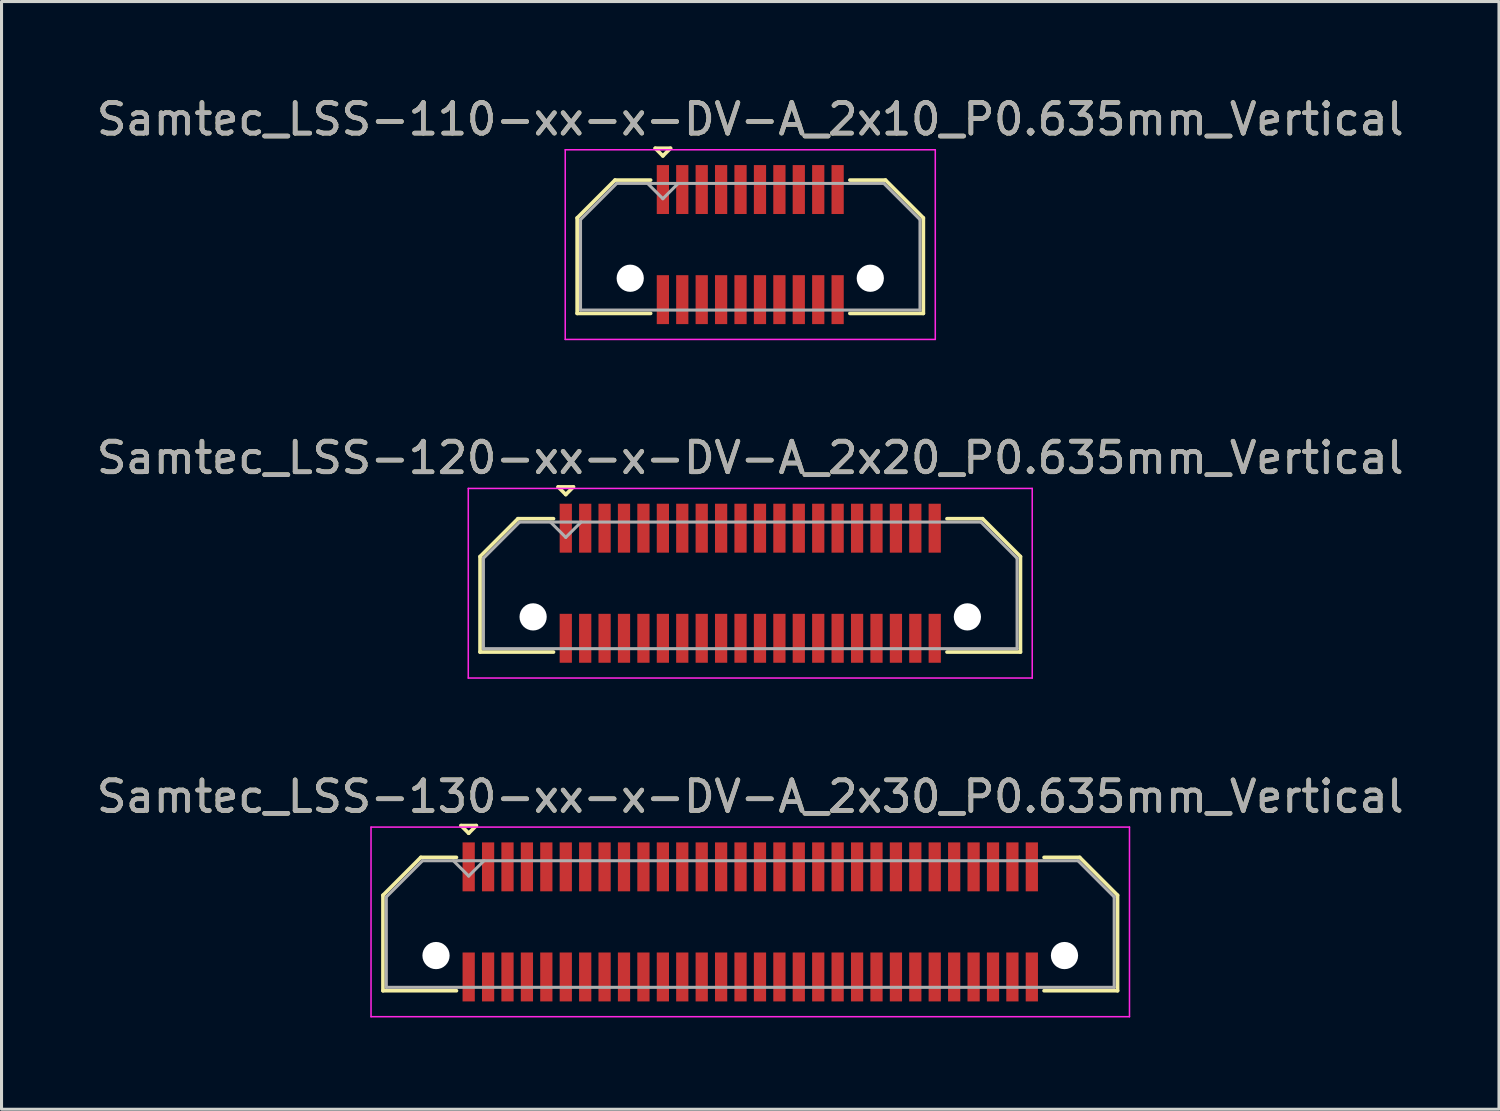
<source format=kicad_pcb>
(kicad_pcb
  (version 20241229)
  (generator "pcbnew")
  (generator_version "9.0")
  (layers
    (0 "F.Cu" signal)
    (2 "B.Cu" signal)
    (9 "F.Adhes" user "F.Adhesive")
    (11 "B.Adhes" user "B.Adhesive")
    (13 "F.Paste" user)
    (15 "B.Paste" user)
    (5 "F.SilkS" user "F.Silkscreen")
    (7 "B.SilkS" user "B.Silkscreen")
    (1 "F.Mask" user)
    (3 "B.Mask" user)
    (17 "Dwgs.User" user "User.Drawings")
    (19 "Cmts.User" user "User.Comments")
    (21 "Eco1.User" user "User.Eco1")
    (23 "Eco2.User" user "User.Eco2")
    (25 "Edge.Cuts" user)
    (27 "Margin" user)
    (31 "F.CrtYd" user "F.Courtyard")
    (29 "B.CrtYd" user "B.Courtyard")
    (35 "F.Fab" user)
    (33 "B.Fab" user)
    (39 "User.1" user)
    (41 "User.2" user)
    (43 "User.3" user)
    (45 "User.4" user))
  (footprint "Samtec_LSS-130-xx-x-DV-A_2x30_P0.635mm_Vertical"
    (layer "F.Cu")
    (at 21.482 27.095)
    (property "Reference" "Samtec_LSS-130-xx-x-DV-A_2x30_P0.635mm_Vertical" (at 0 -4.1 0) (layer "F.SilkS") (effects (font (size 1 1) (thickness 0.15))))
    (attr smd)
    (fp_line (start -12.01 -0.872) (end -12.01 2.25) (stroke (width 0.12) (type solid)) (layer "F.SilkS"))
    (fp_line (start -12.01 2.25) (end -9.607 2.25) (stroke (width 0.12) (type solid)) (layer "F.SilkS"))
    (fp_line (start -10.772 -2.11) (end -12.01 -0.872) (stroke (width 0.12) (type solid)) (layer "F.SilkS"))
    (fp_line (start -9.607 -2.11) (end -10.772 -2.11) (stroke (width 0.12) (type solid)) (layer "F.SilkS"))
    (fp_line (start -9.457 -3.15) (end -8.957 -3.15) (stroke (width 0.12) (type solid)) (layer "F.SilkS"))
    (fp_line (start -9.207 -2.9) (end -9.457 -3.15) (stroke (width 0.12) (type solid)) (layer "F.SilkS"))
    (fp_line (start -8.957 -3.15) (end -9.207 -2.9) (stroke (width 0.12) (type solid)) (layer "F.SilkS"))
    (fp_line (start 9.607 -2.11) (end 10.772 -2.11) (stroke (width 0.12) (type solid)) (layer "F.SilkS"))
    (fp_line (start 10.772 -2.11) (end 12.01 -0.872) (stroke (width 0.12) (type solid)) (layer "F.SilkS"))
    (fp_line (start 12.01 -0.872) (end 12.01 2.25) (stroke (width 0.12) (type solid)) (layer "F.SilkS"))
    (fp_line (start 12.01 2.25) (end 9.607 2.25) (stroke (width 0.12) (type solid)) (layer "F.SilkS"))
    (fp_line (start -12.4 -3.1) (end -12.4 3.1) (stroke (width 0.05) (type solid)) (layer "F.CrtYd"))
    (fp_line (start -12.4 3.1) (end 12.4 3.1) (stroke (width 0.05) (type solid)) (layer "F.CrtYd"))
    (fp_line (start 12.4 -3.1) (end -12.4 -3.1) (stroke (width 0.05) (type solid)) (layer "F.CrtYd"))
    (fp_line (start 12.4 3.1) (end 12.4 -3.1) (stroke (width 0.05) (type solid)) (layer "F.CrtYd"))
    (fp_line (start -11.9 -0.817) (end -11.9 2.14) (stroke (width 0.1) (type solid)) (layer "F.Fab"))
    (fp_line (start -11.9 2.14) (end 11.9 2.14) (stroke (width 0.1) (type solid)) (layer "F.Fab"))
    (fp_line (start -10.717 -2) (end -11.9 -0.817) (stroke (width 0.1) (type solid)) (layer "F.Fab"))
    (fp_line (start -9.207 -1.5) (end -9.707 -2) (stroke (width 0.1) (type solid)) (layer "F.Fab"))
    (fp_line (start -8.707 -2) (end -9.207 -1.5) (stroke (width 0.1) (type solid)) (layer "F.Fab"))
    (fp_line (start 10.717 -2) (end -10.717 -2) (stroke (width 0.1) (type solid)) (layer "F.Fab"))
    (fp_line (start 11.9 -0.817) (end 10.717 -2) (stroke (width 0.1) (type solid)) (layer "F.Fab"))
    (fp_line (start 11.9 2.14) (end 11.9 -0.817) (stroke (width 0.1) (type solid)) (layer "F.Fab"))
    (fp_text user "${REFERENCE}" (at 0 -4.1 0) (layer "F.Fab") (effects (font (size 1 1) (thickness 0.15))))
    (pad "" np_thru_hole circle (at -10.275 1.1) (size 0.89 0.89) (drill 0.89) (layers "*.Cu" "*.Mask"))
    (pad "" np_thru_hole circle (at 10.275 1.1) (size 0.89 0.89) (drill 0.89) (layers "*.Cu" "*.Mask"))
    (pad "1" smd rect (at -9.207 -1.8) (size 0.4 1.6) (layers "F.Cu" "F.Mask" "F.Paste"))
    (pad "2" smd rect (at -9.207 1.8) (size 0.4 1.6) (layers "F.Cu" "F.Mask" "F.Paste"))
    (pad "3" smd rect (at -8.572 -1.8) (size 0.4 1.6) (layers "F.Cu" "F.Mask" "F.Paste"))
    (pad "4" smd rect (at -8.572 1.8) (size 0.4 1.6) (layers "F.Cu" "F.Mask" "F.Paste"))
    (pad "5" smd rect (at -7.938 -1.8) (size 0.4 1.6) (layers "F.Cu" "F.Mask" "F.Paste"))
    (pad "6" smd rect (at -7.938 1.8) (size 0.4 1.6) (layers "F.Cu" "F.Mask" "F.Paste"))
    (pad "7" smd rect (at -7.303 -1.8) (size 0.4 1.6) (layers "F.Cu" "F.Mask" "F.Paste"))
    (pad "8" smd rect (at -7.303 1.8) (size 0.4 1.6) (layers "F.Cu" "F.Mask" "F.Paste"))
    (pad "9" smd rect (at -6.668 -1.8) (size 0.4 1.6) (layers "F.Cu" "F.Mask" "F.Paste"))
    (pad "10" smd rect (at -6.668 1.8) (size 0.4 1.6) (layers "F.Cu" "F.Mask" "F.Paste"))
    (pad "11" smd rect (at -6.032 -1.8) (size 0.4 1.6) (layers "F.Cu" "F.Mask" "F.Paste"))
    (pad "12" smd rect (at -6.032 1.8) (size 0.4 1.6) (layers "F.Cu" "F.Mask" "F.Paste"))
    (pad "13" smd rect (at -5.397 -1.8) (size 0.4 1.6) (layers "F.Cu" "F.Mask" "F.Paste"))
    (pad "14" smd rect (at -5.397 1.8) (size 0.4 1.6) (layers "F.Cu" "F.Mask" "F.Paste"))
    (pad "15" smd rect (at -4.763 -1.8) (size 0.4 1.6) (layers "F.Cu" "F.Mask" "F.Paste"))
    (pad "16" smd rect (at -4.763 1.8) (size 0.4 1.6) (layers "F.Cu" "F.Mask" "F.Paste"))
    (pad "17" smd rect (at -4.128 -1.8) (size 0.4 1.6) (layers "F.Cu" "F.Mask" "F.Paste"))
    (pad "18" smd rect (at -4.128 1.8) (size 0.4 1.6) (layers "F.Cu" "F.Mask" "F.Paste"))
    (pad "19" smd rect (at -3.493 -1.8) (size 0.4 1.6) (layers "F.Cu" "F.Mask" "F.Paste"))
    (pad "20" smd rect (at -3.493 1.8) (size 0.4 1.6) (layers "F.Cu" "F.Mask" "F.Paste"))
    (pad "21" smd rect (at -2.857 -1.8) (size 0.4 1.6) (layers "F.Cu" "F.Mask" "F.Paste"))
    (pad "22" smd rect (at -2.857 1.8) (size 0.4 1.6) (layers "F.Cu" "F.Mask" "F.Paste"))
    (pad "23" smd rect (at -2.223 -1.8) (size 0.4 1.6) (layers "F.Cu" "F.Mask" "F.Paste"))
    (pad "24" smd rect (at -2.223 1.8) (size 0.4 1.6) (layers "F.Cu" "F.Mask" "F.Paste"))
    (pad "25" smd rect (at -1.587 -1.8) (size 0.4 1.6) (layers "F.Cu" "F.Mask" "F.Paste"))
    (pad "26" smd rect (at -1.587 1.8) (size 0.4 1.6) (layers "F.Cu" "F.Mask" "F.Paste"))
    (pad "27" smd rect (at -0.953 -1.8) (size 0.4 1.6) (layers "F.Cu" "F.Mask" "F.Paste"))
    (pad "28" smd rect (at -0.953 1.8) (size 0.4 1.6) (layers "F.Cu" "F.Mask" "F.Paste"))
    (pad "29" smd rect (at -0.318 -1.8) (size 0.4 1.6) (layers "F.Cu" "F.Mask" "F.Paste"))
    (pad "30" smd rect (at -0.318 1.8) (size 0.4 1.6) (layers "F.Cu" "F.Mask" "F.Paste"))
    (pad "31" smd rect (at 0.318 -1.8) (size 0.4 1.6) (layers "F.Cu" "F.Mask" "F.Paste"))
    (pad "32" smd rect (at 0.318 1.8) (size 0.4 1.6) (layers "F.Cu" "F.Mask" "F.Paste"))
    (pad "33" smd rect (at 0.953 -1.8) (size 0.4 1.6) (layers "F.Cu" "F.Mask" "F.Paste"))
    (pad "34" smd rect (at 0.953 1.8) (size 0.4 1.6) (layers "F.Cu" "F.Mask" "F.Paste"))
    (pad "35" smd rect (at 1.587 -1.8) (size 0.4 1.6) (layers "F.Cu" "F.Mask" "F.Paste"))
    (pad "36" smd rect (at 1.587 1.8) (size 0.4 1.6) (layers "F.Cu" "F.Mask" "F.Paste"))
    (pad "37" smd rect (at 2.223 -1.8) (size 0.4 1.6) (layers "F.Cu" "F.Mask" "F.Paste"))
    (pad "38" smd rect (at 2.223 1.8) (size 0.4 1.6) (layers "F.Cu" "F.Mask" "F.Paste"))
    (pad "39" smd rect (at 2.857 -1.8) (size 0.4 1.6) (layers "F.Cu" "F.Mask" "F.Paste"))
    (pad "40" smd rect (at 2.857 1.8) (size 0.4 1.6) (layers "F.Cu" "F.Mask" "F.Paste"))
    (pad "41" smd rect (at 3.493 -1.8) (size 0.4 1.6) (layers "F.Cu" "F.Mask" "F.Paste"))
    (pad "42" smd rect (at 3.493 1.8) (size 0.4 1.6) (layers "F.Cu" "F.Mask" "F.Paste"))
    (pad "43" smd rect (at 4.128 -1.8) (size 0.4 1.6) (layers "F.Cu" "F.Mask" "F.Paste"))
    (pad "44" smd rect (at 4.128 1.8) (size 0.4 1.6) (layers "F.Cu" "F.Mask" "F.Paste"))
    (pad "45" smd rect (at 4.763 -1.8) (size 0.4 1.6) (layers "F.Cu" "F.Mask" "F.Paste"))
    (pad "46" smd rect (at 4.763 1.8) (size 0.4 1.6) (layers "F.Cu" "F.Mask" "F.Paste"))
    (pad "47" smd rect (at 5.397 -1.8) (size 0.4 1.6) (layers "F.Cu" "F.Mask" "F.Paste"))
    (pad "48" smd rect (at 5.397 1.8) (size 0.4 1.6) (layers "F.Cu" "F.Mask" "F.Paste"))
    (pad "49" smd rect (at 6.032 -1.8) (size 0.4 1.6) (layers "F.Cu" "F.Mask" "F.Paste"))
    (pad "50" smd rect (at 6.032 1.8) (size 0.4 1.6) (layers "F.Cu" "F.Mask" "F.Paste"))
    (pad "51" smd rect (at 6.668 -1.8) (size 0.4 1.6) (layers "F.Cu" "F.Mask" "F.Paste"))
    (pad "52" smd rect (at 6.668 1.8) (size 0.4 1.6) (layers "F.Cu" "F.Mask" "F.Paste"))
    (pad "53" smd rect (at 7.303 -1.8) (size 0.4 1.6) (layers "F.Cu" "F.Mask" "F.Paste"))
    (pad "54" smd rect (at 7.303 1.8) (size 0.4 1.6) (layers "F.Cu" "F.Mask" "F.Paste"))
    (pad "55" smd rect (at 7.938 -1.8) (size 0.4 1.6) (layers "F.Cu" "F.Mask" "F.Paste"))
    (pad "56" smd rect (at 7.938 1.8) (size 0.4 1.6) (layers "F.Cu" "F.Mask" "F.Paste"))
    (pad "57" smd rect (at 8.572 -1.8) (size 0.4 1.6) (layers "F.Cu" "F.Mask" "F.Paste"))
    (pad "58" smd rect (at 8.572 1.8) (size 0.4 1.6) (layers "F.Cu" "F.Mask" "F.Paste"))
    (pad "59" smd rect (at 9.207 -1.8) (size 0.4 1.6) (layers "F.Cu" "F.Mask" "F.Paste"))
    (pad "60" smd rect (at 9.207 1.8) (size 0.4 1.6) (layers "F.Cu" "F.Mask" "F.Paste")))
  (footprint "Samtec_LSS-120-xx-x-DV-A_2x20_P0.635mm_Vertical"
    (layer "F.Cu")
    (at 21.482 16.021)
    (property "Reference" "Samtec_LSS-120-xx-x-DV-A_2x20_P0.635mm_Vertical" (at 0 -4.1 0) (layer "F.SilkS") (effects (font (size 1 1) (thickness 0.15))))
    (attr smd)
    (fp_line (start -8.835 -0.872) (end -8.835 2.25) (stroke (width 0.12) (type solid)) (layer "F.SilkS"))
    (fp_line (start -8.835 2.25) (end -6.433 2.25) (stroke (width 0.12) (type solid)) (layer "F.SilkS"))
    (fp_line (start -7.597 -2.11) (end -8.835 -0.872) (stroke (width 0.12) (type solid)) (layer "F.SilkS"))
    (fp_line (start -6.433 -2.11) (end -7.597 -2.11) (stroke (width 0.12) (type solid)) (layer "F.SilkS"))
    (fp_line (start -6.282 -3.15) (end -5.782 -3.15) (stroke (width 0.12) (type solid)) (layer "F.SilkS"))
    (fp_line (start -6.032 -2.9) (end -6.282 -3.15) (stroke (width 0.12) (type solid)) (layer "F.SilkS"))
    (fp_line (start -5.782 -3.15) (end -6.032 -2.9) (stroke (width 0.12) (type solid)) (layer "F.SilkS"))
    (fp_line (start 6.433 -2.11) (end 7.597 -2.11) (stroke (width 0.12) (type solid)) (layer "F.SilkS"))
    (fp_line (start 7.597 -2.11) (end 8.835 -0.872) (stroke (width 0.12) (type solid)) (layer "F.SilkS"))
    (fp_line (start 8.835 -0.872) (end 8.835 2.25) (stroke (width 0.12) (type solid)) (layer "F.SilkS"))
    (fp_line (start 8.835 2.25) (end 6.433 2.25) (stroke (width 0.12) (type solid)) (layer "F.SilkS"))
    (fp_line (start -9.22 -3.1) (end -9.22 3.1) (stroke (width 0.05) (type solid)) (layer "F.CrtYd"))
    (fp_line (start -9.22 3.1) (end 9.22 3.1) (stroke (width 0.05) (type solid)) (layer "F.CrtYd"))
    (fp_line (start 9.22 -3.1) (end -9.22 -3.1) (stroke (width 0.05) (type solid)) (layer "F.CrtYd"))
    (fp_line (start 9.22 3.1) (end 9.22 -3.1) (stroke (width 0.05) (type solid)) (layer "F.CrtYd"))
    (fp_line (start -8.725 -0.817) (end -8.725 2.14) (stroke (width 0.1) (type solid)) (layer "F.Fab"))
    (fp_line (start -8.725 2.14) (end 8.725 2.14) (stroke (width 0.1) (type solid)) (layer "F.Fab"))
    (fp_line (start -7.542 -2) (end -8.725 -0.817) (stroke (width 0.1) (type solid)) (layer "F.Fab"))
    (fp_line (start -6.032 -1.5) (end -6.532 -2) (stroke (width 0.1) (type solid)) (layer "F.Fab"))
    (fp_line (start -5.532 -2) (end -6.032 -1.5) (stroke (width 0.1) (type solid)) (layer "F.Fab"))
    (fp_line (start 7.542 -2) (end -7.542 -2) (stroke (width 0.1) (type solid)) (layer "F.Fab"))
    (fp_line (start 8.725 -0.817) (end 7.542 -2) (stroke (width 0.1) (type solid)) (layer "F.Fab"))
    (fp_line (start 8.725 2.14) (end 8.725 -0.817) (stroke (width 0.1) (type solid)) (layer "F.Fab"))
    (fp_text user "${REFERENCE}" (at 0 -4.1 0) (layer "F.Fab") (effects (font (size 1 1) (thickness 0.15))))
    (pad "" np_thru_hole circle (at -7.1 1.1) (size 0.89 0.89) (drill 0.89) (layers "*.Cu" "*.Mask"))
    (pad "" np_thru_hole circle (at 7.1 1.1) (size 0.89 0.89) (drill 0.89) (layers "*.Cu" "*.Mask"))
    (pad "1" smd rect (at -6.032 -1.8) (size 0.4 1.6) (layers "F.Cu" "F.Mask" "F.Paste"))
    (pad "2" smd rect (at -6.032 1.8) (size 0.4 1.6) (layers "F.Cu" "F.Mask" "F.Paste"))
    (pad "3" smd rect (at -5.397 -1.8) (size 0.4 1.6) (layers "F.Cu" "F.Mask" "F.Paste"))
    (pad "4" smd rect (at -5.397 1.8) (size 0.4 1.6) (layers "F.Cu" "F.Mask" "F.Paste"))
    (pad "5" smd rect (at -4.763 -1.8) (size 0.4 1.6) (layers "F.Cu" "F.Mask" "F.Paste"))
    (pad "6" smd rect (at -4.763 1.8) (size 0.4 1.6) (layers "F.Cu" "F.Mask" "F.Paste"))
    (pad "7" smd rect (at -4.128 -1.8) (size 0.4 1.6) (layers "F.Cu" "F.Mask" "F.Paste"))
    (pad "8" smd rect (at -4.128 1.8) (size 0.4 1.6) (layers "F.Cu" "F.Mask" "F.Paste"))
    (pad "9" smd rect (at -3.493 -1.8) (size 0.4 1.6) (layers "F.Cu" "F.Mask" "F.Paste"))
    (pad "10" smd rect (at -3.493 1.8) (size 0.4 1.6) (layers "F.Cu" "F.Mask" "F.Paste"))
    (pad "11" smd rect (at -2.857 -1.8) (size 0.4 1.6) (layers "F.Cu" "F.Mask" "F.Paste"))
    (pad "12" smd rect (at -2.857 1.8) (size 0.4 1.6) (layers "F.Cu" "F.Mask" "F.Paste"))
    (pad "13" smd rect (at -2.223 -1.8) (size 0.4 1.6) (layers "F.Cu" "F.Mask" "F.Paste"))
    (pad "14" smd rect (at -2.223 1.8) (size 0.4 1.6) (layers "F.Cu" "F.Mask" "F.Paste"))
    (pad "15" smd rect (at -1.587 -1.8) (size 0.4 1.6) (layers "F.Cu" "F.Mask" "F.Paste"))
    (pad "16" smd rect (at -1.587 1.8) (size 0.4 1.6) (layers "F.Cu" "F.Mask" "F.Paste"))
    (pad "17" smd rect (at -0.953 -1.8) (size 0.4 1.6) (layers "F.Cu" "F.Mask" "F.Paste"))
    (pad "18" smd rect (at -0.953 1.8) (size 0.4 1.6) (layers "F.Cu" "F.Mask" "F.Paste"))
    (pad "19" smd rect (at -0.318 -1.8) (size 0.4 1.6) (layers "F.Cu" "F.Mask" "F.Paste"))
    (pad "20" smd rect (at -0.318 1.8) (size 0.4 1.6) (layers "F.Cu" "F.Mask" "F.Paste"))
    (pad "21" smd rect (at 0.318 -1.8) (size 0.4 1.6) (layers "F.Cu" "F.Mask" "F.Paste"))
    (pad "22" smd rect (at 0.318 1.8) (size 0.4 1.6) (layers "F.Cu" "F.Mask" "F.Paste"))
    (pad "23" smd rect (at 0.953 -1.8) (size 0.4 1.6) (layers "F.Cu" "F.Mask" "F.Paste"))
    (pad "24" smd rect (at 0.953 1.8) (size 0.4 1.6) (layers "F.Cu" "F.Mask" "F.Paste"))
    (pad "25" smd rect (at 1.587 -1.8) (size 0.4 1.6) (layers "F.Cu" "F.Mask" "F.Paste"))
    (pad "26" smd rect (at 1.587 1.8) (size 0.4 1.6) (layers "F.Cu" "F.Mask" "F.Paste"))
    (pad "27" smd rect (at 2.223 -1.8) (size 0.4 1.6) (layers "F.Cu" "F.Mask" "F.Paste"))
    (pad "28" smd rect (at 2.223 1.8) (size 0.4 1.6) (layers "F.Cu" "F.Mask" "F.Paste"))
    (pad "29" smd rect (at 2.857 -1.8) (size 0.4 1.6) (layers "F.Cu" "F.Mask" "F.Paste"))
    (pad "30" smd rect (at 2.857 1.8) (size 0.4 1.6) (layers "F.Cu" "F.Mask" "F.Paste"))
    (pad "31" smd rect (at 3.493 -1.8) (size 0.4 1.6) (layers "F.Cu" "F.Mask" "F.Paste"))
    (pad "32" smd rect (at 3.493 1.8) (size 0.4 1.6) (layers "F.Cu" "F.Mask" "F.Paste"))
    (pad "33" smd rect (at 4.128 -1.8) (size 0.4 1.6) (layers "F.Cu" "F.Mask" "F.Paste"))
    (pad "34" smd rect (at 4.128 1.8) (size 0.4 1.6) (layers "F.Cu" "F.Mask" "F.Paste"))
    (pad "35" smd rect (at 4.763 -1.8) (size 0.4 1.6) (layers "F.Cu" "F.Mask" "F.Paste"))
    (pad "36" smd rect (at 4.763 1.8) (size 0.4 1.6) (layers "F.Cu" "F.Mask" "F.Paste"))
    (pad "37" smd rect (at 5.397 -1.8) (size 0.4 1.6) (layers "F.Cu" "F.Mask" "F.Paste"))
    (pad "38" smd rect (at 5.397 1.8) (size 0.4 1.6) (layers "F.Cu" "F.Mask" "F.Paste"))
    (pad "39" smd rect (at 6.032 -1.8) (size 0.4 1.6) (layers "F.Cu" "F.Mask" "F.Paste"))
    (pad "40" smd rect (at 6.032 1.8) (size 0.4 1.6) (layers "F.Cu" "F.Mask" "F.Paste")))
  (footprint "Samtec_LSS-110-xx-x-DV-A_2x10_P0.635mm_Vertical"
    (layer "F.Cu")
    (at 21.482 4.948)
    (property "Reference" "Samtec_LSS-110-xx-x-DV-A_2x10_P0.635mm_Vertical" (at 0 -4.1 0) (layer "F.SilkS") (effects (font (size 1 1) (thickness 0.15))))
    (attr smd)
    (fp_line (start -5.66 -0.872) (end -5.66 2.25) (stroke (width 0.12) (type solid)) (layer "F.SilkS"))
    (fp_line (start -5.66 2.25) (end -3.257 2.25) (stroke (width 0.12) (type solid)) (layer "F.SilkS"))
    (fp_line (start -4.422 -2.11) (end -5.66 -0.872) (stroke (width 0.12) (type solid)) (layer "F.SilkS"))
    (fp_line (start -3.257 -2.11) (end -4.422 -2.11) (stroke (width 0.12) (type solid)) (layer "F.SilkS"))
    (fp_line (start -3.107 -3.15) (end -2.607 -3.15) (stroke (width 0.12) (type solid)) (layer "F.SilkS"))
    (fp_line (start -2.857 -2.9) (end -3.107 -3.15) (stroke (width 0.12) (type solid)) (layer "F.SilkS"))
    (fp_line (start -2.607 -3.15) (end -2.857 -2.9) (stroke (width 0.12) (type solid)) (layer "F.SilkS"))
    (fp_line (start 3.257 -2.11) (end 4.422 -2.11) (stroke (width 0.12) (type solid)) (layer "F.SilkS"))
    (fp_line (start 4.422 -2.11) (end 5.66 -0.872) (stroke (width 0.12) (type solid)) (layer "F.SilkS"))
    (fp_line (start 5.66 -0.872) (end 5.66 2.25) (stroke (width 0.12) (type solid)) (layer "F.SilkS"))
    (fp_line (start 5.66 2.25) (end 3.257 2.25) (stroke (width 0.12) (type solid)) (layer "F.SilkS"))
    (fp_line (start -6.05 -3.1) (end -6.05 3.1) (stroke (width 0.05) (type solid)) (layer "F.CrtYd"))
    (fp_line (start -6.05 3.1) (end 6.05 3.1) (stroke (width 0.05) (type solid)) (layer "F.CrtYd"))
    (fp_line (start 6.05 -3.1) (end -6.05 -3.1) (stroke (width 0.05) (type solid)) (layer "F.CrtYd"))
    (fp_line (start 6.05 3.1) (end 6.05 -3.1) (stroke (width 0.05) (type solid)) (layer "F.CrtYd"))
    (fp_line (start -5.55 -0.817) (end -5.55 2.14) (stroke (width 0.1) (type solid)) (layer "F.Fab"))
    (fp_line (start -5.55 2.14) (end 5.55 2.14) (stroke (width 0.1) (type solid)) (layer "F.Fab"))
    (fp_line (start -4.367 -2) (end -5.55 -0.817) (stroke (width 0.1) (type solid)) (layer "F.Fab"))
    (fp_line (start -2.857 -1.5) (end -3.357 -2) (stroke (width 0.1) (type solid)) (layer "F.Fab"))
    (fp_line (start -2.357 -2) (end -2.857 -1.5) (stroke (width 0.1) (type solid)) (layer "F.Fab"))
    (fp_line (start 4.367 -2) (end -4.367 -2) (stroke (width 0.1) (type solid)) (layer "F.Fab"))
    (fp_line (start 5.55 -0.817) (end 4.367 -2) (stroke (width 0.1) (type solid)) (layer "F.Fab"))
    (fp_line (start 5.55 2.14) (end 5.55 -0.817) (stroke (width 0.1) (type solid)) (layer "F.Fab"))
    (fp_text user "${REFERENCE}" (at 0 -4.1 0) (layer "F.Fab") (effects (font (size 1 1) (thickness 0.15))))
    (pad "" np_thru_hole circle (at -3.925 1.1) (size 0.89 0.89) (drill 0.89) (layers "*.Cu" "*.Mask"))
    (pad "" np_thru_hole circle (at 3.925 1.1) (size 0.89 0.89) (drill 0.89) (layers "*.Cu" "*.Mask"))
    (pad "1" smd rect (at -2.857 -1.8) (size 0.4 1.6) (layers "F.Cu" "F.Mask" "F.Paste"))
    (pad "2" smd rect (at -2.857 1.8) (size 0.4 1.6) (layers "F.Cu" "F.Mask" "F.Paste"))
    (pad "3" smd rect (at -2.223 -1.8) (size 0.4 1.6) (layers "F.Cu" "F.Mask" "F.Paste"))
    (pad "4" smd rect (at -2.223 1.8) (size 0.4 1.6) (layers "F.Cu" "F.Mask" "F.Paste"))
    (pad "5" smd rect (at -1.587 -1.8) (size 0.4 1.6) (layers "F.Cu" "F.Mask" "F.Paste"))
    (pad "6" smd rect (at -1.587 1.8) (size 0.4 1.6) (layers "F.Cu" "F.Mask" "F.Paste"))
    (pad "7" smd rect (at -0.953 -1.8) (size 0.4 1.6) (layers "F.Cu" "F.Mask" "F.Paste"))
    (pad "8" smd rect (at -0.953 1.8) (size 0.4 1.6) (layers "F.Cu" "F.Mask" "F.Paste"))
    (pad "9" smd rect (at -0.318 -1.8) (size 0.4 1.6) (layers "F.Cu" "F.Mask" "F.Paste"))
    (pad "10" smd rect (at -0.318 1.8) (size 0.4 1.6) (layers "F.Cu" "F.Mask" "F.Paste"))
    (pad "11" smd rect (at 0.318 -1.8) (size 0.4 1.6) (layers "F.Cu" "F.Mask" "F.Paste"))
    (pad "12" smd rect (at 0.318 1.8) (size 0.4 1.6) (layers "F.Cu" "F.Mask" "F.Paste"))
    (pad "13" smd rect (at 0.953 -1.8) (size 0.4 1.6) (layers "F.Cu" "F.Mask" "F.Paste"))
    (pad "14" smd rect (at 0.953 1.8) (size 0.4 1.6) (layers "F.Cu" "F.Mask" "F.Paste"))
    (pad "15" smd rect (at 1.587 -1.8) (size 0.4 1.6) (layers "F.Cu" "F.Mask" "F.Paste"))
    (pad "16" smd rect (at 1.587 1.8) (size 0.4 1.6) (layers "F.Cu" "F.Mask" "F.Paste"))
    (pad "17" smd rect (at 2.223 -1.8) (size 0.4 1.6) (layers "F.Cu" "F.Mask" "F.Paste"))
    (pad "18" smd rect (at 2.223 1.8) (size 0.4 1.6) (layers "F.Cu" "F.Mask" "F.Paste"))
    (pad "19" smd rect (at 2.857 -1.8) (size 0.4 1.6) (layers "F.Cu" "F.Mask" "F.Paste"))
    (pad "20" smd rect (at 2.857 1.8) (size 0.4 1.6) (layers "F.Cu" "F.Mask" "F.Paste")))
  (gr_rect
    (start -3 -3)
    (end 45.964 33.22)
    (stroke (width 0.1) (type default))
    (fill no)
    (layer "Edge.Cuts")))
</source>
